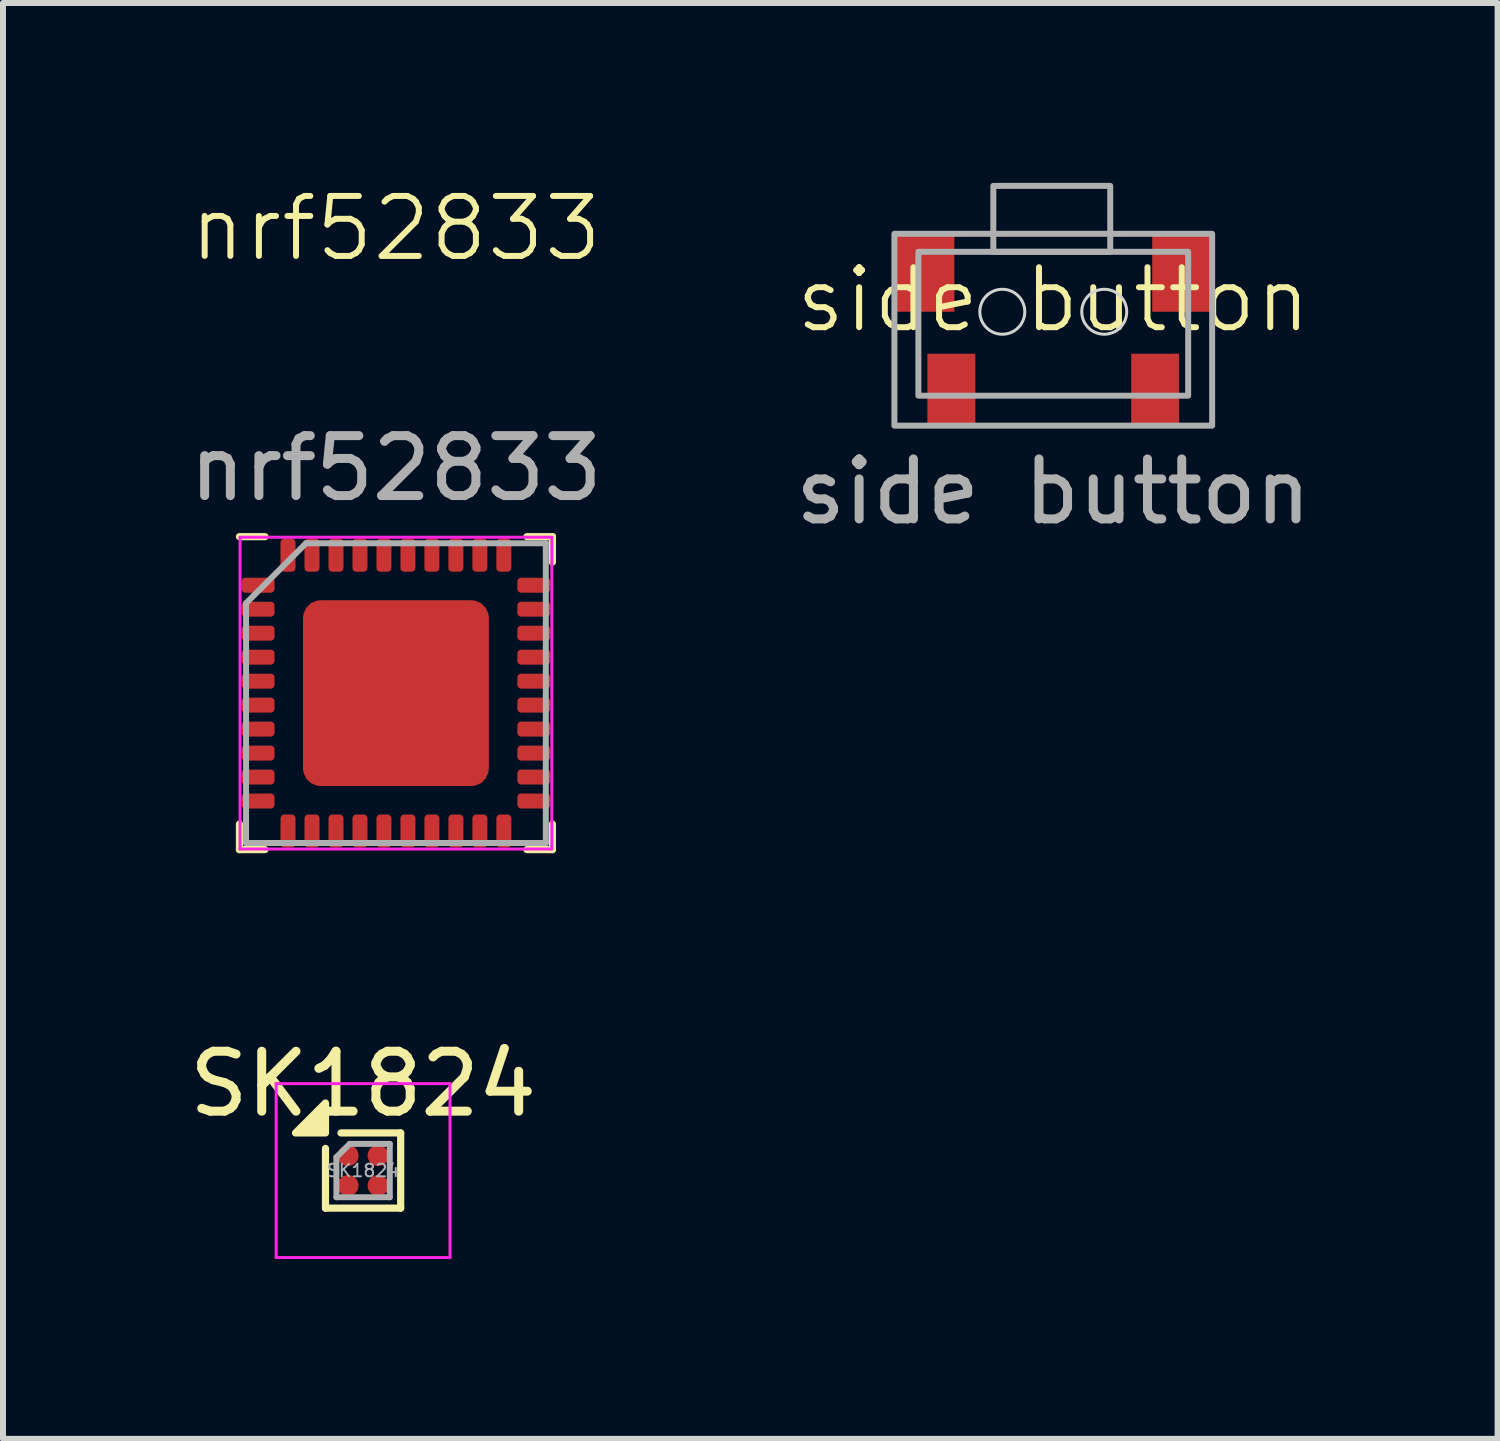
<source format=kicad_pcb>
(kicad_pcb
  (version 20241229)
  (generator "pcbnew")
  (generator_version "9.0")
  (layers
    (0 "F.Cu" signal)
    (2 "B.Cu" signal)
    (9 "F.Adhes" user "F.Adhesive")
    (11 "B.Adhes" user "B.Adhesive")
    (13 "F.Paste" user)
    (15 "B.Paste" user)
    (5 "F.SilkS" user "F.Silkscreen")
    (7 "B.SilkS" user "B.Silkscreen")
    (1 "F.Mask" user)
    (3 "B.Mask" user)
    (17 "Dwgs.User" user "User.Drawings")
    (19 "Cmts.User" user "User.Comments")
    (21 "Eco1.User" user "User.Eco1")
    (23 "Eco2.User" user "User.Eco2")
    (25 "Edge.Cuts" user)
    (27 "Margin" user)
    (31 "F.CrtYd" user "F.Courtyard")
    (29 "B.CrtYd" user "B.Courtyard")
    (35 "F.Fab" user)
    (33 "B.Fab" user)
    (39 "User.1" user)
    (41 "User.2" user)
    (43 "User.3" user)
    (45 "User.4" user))
  (footprint "SK1824"
    (layer "F.Cu")
    (at 3.006 16.474)
    (property "Reference" "SK1824" (at 0 -1.445 0) (layer "F.SilkS") (effects (font (size 1 1) (thickness 0.15))))
    (attr smd)
    (fp_line (start -0.627 0.627) (end -0.627 -0.369) (stroke (width 0.12) (type solid)) (layer "F.SilkS"))
    (fp_line (start -0.369 -0.627) (end 0.627 -0.627) (stroke (width 0.12) (type solid)) (layer "F.SilkS"))
    (fp_line (start 0.627 -0.627) (end 0.627 0.627) (stroke (width 0.12) (type solid)) (layer "F.SilkS"))
    (fp_line (start 0.627 0.627) (end -0.627 0.627) (stroke (width 0.12) (type solid)) (layer "F.SilkS"))
    (fp_poly (pts (xy -0.627 -0.627) (xy -1.127 -0.627) (xy -0.627 -1.127) (xy -0.627 -0.627)) (stroke (width 0.12) (type solid)) (fill yes) (layer "F.SilkS"))
    (fp_line (start -1.45 -1.45) (end -1.45 1.45) (stroke (width 0.05) (type solid)) (layer "F.CrtYd"))
    (fp_line (start -1.45 1.45) (end 1.45 1.45) (stroke (width 0.05) (type solid)) (layer "F.CrtYd"))
    (fp_line (start 1.45 -1.45) (end -1.45 -1.45) (stroke (width 0.05) (type solid)) (layer "F.CrtYd"))
    (fp_line (start 1.45 1.45) (end 1.45 -1.45) (stroke (width 0.05) (type solid)) (layer "F.CrtYd"))
    (fp_line (start -0.445 -0.223) (end -0.223 -0.445) (stroke (width 0.1) (type solid)) (layer "F.Fab"))
    (fp_line (start -0.445 0.445) (end -0.445 -0.223) (stroke (width 0.1) (type solid)) (layer "F.Fab"))
    (fp_line (start -0.223 -0.445) (end 0.445 -0.445) (stroke (width 0.1) (type solid)) (layer "F.Fab"))
    (fp_line (start 0.445 -0.445) (end 0.445 0.445) (stroke (width 0.1) (type solid)) (layer "F.Fab"))
    (fp_line (start 0.445 0.445) (end -0.445 0.445) (stroke (width 0.1) (type solid)) (layer "F.Fab"))
    (fp_text user "${REFERENCE}" (at 0 0 0) (layer "F.Fab") (effects (font (size 0.21 0.21) (thickness 0.032))))
    (pad "A1" smd circle (at -0.25 -0.25) (size 0.35 0.35) (property pad_prop_bga) (layers "F.Cu" "F.Mask" "F.Paste"))
    (pad "A2" smd circle (at 0.25 -0.25) (size 0.35 0.35) (property pad_prop_bga) (layers "F.Cu" "F.Mask" "F.Paste"))
    (pad "B1" smd circle (at -0.25 0.25) (size 0.35 0.35) (property pad_prop_bga) (layers "F.Cu" "F.Mask" "F.Paste"))
    (pad "B2" smd circle (at 0.25 0.25) (size 0.35 0.35) (property pad_prop_bga) (layers "F.Cu" "F.Mask" "F.Paste")))
  (footprint "nrf52833"
    (layer "F.Cu")
    (at 3.554 8.511)
    (property "Reference" "nrf52833" (at 0 -7.75 0) (unlocked yes) (layer "F.SilkS") (effects (font (size 1 1) (thickness 0.1))))
    (attr smd)
    (fp_line (start -2.61 -2.61) (end -2.185 -2.61) (stroke (width 0.12) (type solid)) (layer "F.SilkS"))
    (fp_line (start -2.61 2.185) (end -2.61 2.61) (stroke (width 0.12) (type solid)) (layer "F.SilkS"))
    (fp_line (start -2.61 2.61) (end -2.185 2.61) (stroke (width 0.12) (type solid)) (layer "F.SilkS"))
    (fp_line (start 2.61 -2.61) (end 2.185 -2.61) (stroke (width 0.12) (type solid)) (layer "F.SilkS"))
    (fp_line (start 2.61 -2.185) (end 2.61 -2.61) (stroke (width 0.12) (type solid)) (layer "F.SilkS"))
    (fp_line (start 2.61 2.185) (end 2.61 2.61) (stroke (width 0.12) (type solid)) (layer "F.SilkS"))
    (fp_line (start 2.61 2.61) (end 2.185 2.61) (stroke (width 0.12) (type solid)) (layer "F.SilkS"))
    (fp_line (start -2.6 -2.6) (end 2.6 -2.6) (stroke (width 0.05) (type solid)) (layer "F.CrtYd"))
    (fp_line (start -2.6 2.6) (end -2.6 -2.6) (stroke (width 0.05) (type solid)) (layer "F.CrtYd"))
    (fp_line (start 2.6 -2.6) (end 2.6 2.6) (stroke (width 0.05) (type solid)) (layer "F.CrtYd"))
    (fp_line (start 2.6 2.6) (end -2.6 2.6) (stroke (width 0.05) (type solid)) (layer "F.CrtYd"))
    (fp_line (start -2.5 -1.5) (end -2.5 2.5) (stroke (width 0.1) (type solid)) (layer "F.Fab"))
    (fp_line (start -2.5 2.5) (end 2.5 2.5) (stroke (width 0.1) (type solid)) (layer "F.Fab"))
    (fp_line (start -1.5 -2.5) (end -2.5 -1.5) (stroke (width 0.1) (type solid)) (layer "F.Fab"))
    (fp_line (start 2.5 -2.5) (end -1.5 -2.5) (stroke (width 0.1) (type solid)) (layer "F.Fab"))
    (fp_line (start 2.5 2.5) (end 2.5 -2.5) (stroke (width 0.1) (type solid)) (layer "F.Fab"))
    (fp_text user "${REFERENCE}" (at 0 -3.75 0) (layer "F.Fab") (effects (font (size 1 1) (thickness 0.15))))
    (pad "" smd roundrect (at -1 -1) (size 0.97 0.97) (layers "F.Paste") (roundrect_rratio 0.25))
    (pad "" smd roundrect (at -1 0) (size 0.97 0.97) (layers "F.Paste") (roundrect_rratio 0.25))
    (pad "" smd roundrect (at -1 1) (size 0.97 0.97) (layers "F.Paste") (roundrect_rratio 0.25))
    (pad "" smd roundrect (at 0 -1) (size 0.97 0.97) (layers "F.Paste") (roundrect_rratio 0.25))
    (pad "" smd roundrect (at 0 0) (size 0.97 0.97) (layers "F.Paste") (roundrect_rratio 0.25))
    (pad "" smd roundrect (at 0 1) (size 0.97 0.97) (layers "F.Paste") (roundrect_rratio 0.25))
    (pad "" smd roundrect (at 1 -1) (size 0.97 0.97) (layers "F.Paste") (roundrect_rratio 0.25))
    (pad "" smd roundrect (at 1 0) (size 0.97 0.97) (layers "F.Paste") (roundrect_rratio 0.25))
    (pad "" smd roundrect (at 1 1) (size 0.97 0.97) (layers "F.Paste") (roundrect_rratio 0.25))
    (pad "1" smd roundrect (at -2.3 -1.8) (size 0.55 0.25) (layers "F.Cu" "F.Mask" "F.Paste") (roundrect_rratio 0.25))
    (pad "2" smd roundrect (at -2.3 -1.4) (size 0.55 0.25) (layers "F.Cu" "F.Mask" "F.Paste") (roundrect_rratio 0.25))
    (pad "3" smd roundrect (at -2.3 -1) (size 0.55 0.25) (layers "F.Cu" "F.Mask" "F.Paste") (roundrect_rratio 0.25))
    (pad "4" smd roundrect (at -2.3 -0.6) (size 0.55 0.25) (layers "F.Cu" "F.Mask" "F.Paste") (roundrect_rratio 0.25))
    (pad "5" smd roundrect (at -2.3 -0.2) (size 0.55 0.25) (layers "F.Cu" "F.Mask" "F.Paste") (roundrect_rratio 0.25))
    (pad "6" smd roundrect (at -2.3 0.2) (size 0.55 0.25) (layers "F.Cu" "F.Mask" "F.Paste") (roundrect_rratio 0.25))
    (pad "7" smd roundrect (at -2.3 0.6) (size 0.55 0.25) (layers "F.Cu" "F.Mask" "F.Paste") (roundrect_rratio 0.25))
    (pad "8" smd roundrect (at -2.3 1) (size 0.55 0.25) (layers "F.Cu" "F.Mask" "F.Paste") (roundrect_rratio 0.25))
    (pad "9" smd roundrect (at -2.3 1.4) (size 0.55 0.25) (layers "F.Cu" "F.Mask" "F.Paste") (roundrect_rratio 0.25))
    (pad "10" smd roundrect (at -2.3 1.8) (size 0.55 0.25) (layers "F.Cu" "F.Mask" "F.Paste") (roundrect_rratio 0.25))
    (pad "11" smd roundrect (at -1.8 2.3) (size 0.25 0.55) (layers "F.Cu" "F.Mask" "F.Paste") (roundrect_rratio 0.25))
    (pad "12" smd roundrect (at -1.4 2.3) (size 0.25 0.55) (layers "F.Cu" "F.Mask" "F.Paste") (roundrect_rratio 0.25))
    (pad "13" smd roundrect (at -1 2.3) (size 0.25 0.55) (layers "F.Cu" "F.Mask" "F.Paste") (roundrect_rratio 0.25))
    (pad "14" smd roundrect (at -0.6 2.3) (size 0.25 0.55) (layers "F.Cu" "F.Mask" "F.Paste") (roundrect_rratio 0.25))
    (pad "15" smd roundrect (at -0.2 2.3) (size 0.25 0.55) (layers "F.Cu" "F.Mask" "F.Paste") (roundrect_rratio 0.25))
    (pad "16" smd roundrect (at 0.2 2.3) (size 0.25 0.55) (layers "F.Cu" "F.Mask" "F.Paste") (roundrect_rratio 0.25))
    (pad "17" smd roundrect (at 0.6 2.3) (size 0.25 0.55) (layers "F.Cu" "F.Mask" "F.Paste") (roundrect_rratio 0.25))
    (pad "18" smd roundrect (at 1 2.3) (size 0.25 0.55) (layers "F.Cu" "F.Mask" "F.Paste") (roundrect_rratio 0.25))
    (pad "19" smd roundrect (at 1.4 2.3) (size 0.25 0.55) (layers "F.Cu" "F.Mask" "F.Paste") (roundrect_rratio 0.25))
    (pad "20" smd roundrect (at 1.8 2.3) (size 0.25 0.55) (layers "F.Cu" "F.Mask" "F.Paste") (roundrect_rratio 0.25))
    (pad "21" smd roundrect (at 2.3 1.8) (size 0.55 0.25) (layers "F.Cu" "F.Mask" "F.Paste") (roundrect_rratio 0.25))
    (pad "22" smd roundrect (at 2.3 1.4) (size 0.55 0.25) (layers "F.Cu" "F.Mask" "F.Paste") (roundrect_rratio 0.25))
    (pad "23" smd roundrect (at 2.3 1) (size 0.55 0.25) (layers "F.Cu" "F.Mask" "F.Paste") (roundrect_rratio 0.25))
    (pad "24" smd roundrect (at 2.3 0.6) (size 0.55 0.25) (layers "F.Cu" "F.Mask" "F.Paste") (roundrect_rratio 0.25))
    (pad "25" smd roundrect (at 2.3 0.2) (size 0.55 0.25) (layers "F.Cu" "F.Mask" "F.Paste") (roundrect_rratio 0.25))
    (pad "26" smd roundrect (at 2.3 -0.2) (size 0.55 0.25) (layers "F.Cu" "F.Mask" "F.Paste") (roundrect_rratio 0.25))
    (pad "27" smd roundrect (at 2.3 -0.6) (size 0.55 0.25) (layers "F.Cu" "F.Mask" "F.Paste") (roundrect_rratio 0.25))
    (pad "28" smd roundrect (at 2.3 -1) (size 0.55 0.25) (layers "F.Cu" "F.Mask" "F.Paste") (roundrect_rratio 0.25))
    (pad "29" smd roundrect (at 2.3 -1.4) (size 0.55 0.25) (layers "F.Cu" "F.Mask" "F.Paste") (roundrect_rratio 0.25))
    (pad "30" smd roundrect (at 2.3 -1.8) (size 0.55 0.25) (layers "F.Cu" "F.Mask" "F.Paste") (roundrect_rratio 0.25))
    (pad "31" smd roundrect (at 1.8 -2.3) (size 0.25 0.55) (layers "F.Cu" "F.Mask" "F.Paste") (roundrect_rratio 0.25))
    (pad "32" smd roundrect (at 1.4 -2.3) (size 0.25 0.55) (layers "F.Cu" "F.Mask" "F.Paste") (roundrect_rratio 0.25))
    (pad "33" smd roundrect (at 1 -2.3) (size 0.25 0.55) (layers "F.Cu" "F.Mask" "F.Paste") (roundrect_rratio 0.25))
    (pad "34" smd roundrect (at 0.6 -2.3) (size 0.25 0.55) (layers "F.Cu" "F.Mask" "F.Paste") (roundrect_rratio 0.25))
    (pad "35" smd roundrect (at 0.2 -2.3) (size 0.25 0.55) (layers "F.Cu" "F.Mask" "F.Paste") (roundrect_rratio 0.25))
    (pad "36" smd roundrect (at -0.2 -2.3) (size 0.25 0.55) (layers "F.Cu" "F.Mask" "F.Paste") (roundrect_rratio 0.25))
    (pad "37" smd roundrect (at -0.6 -2.3) (size 0.25 0.55) (layers "F.Cu" "F.Mask" "F.Paste") (roundrect_rratio 0.25))
    (pad "38" smd roundrect (at -1 -2.3) (size 0.25 0.55) (layers "F.Cu" "F.Mask" "F.Paste") (roundrect_rratio 0.25))
    (pad "39" smd roundrect (at -1.4 -2.3) (size 0.25 0.55) (layers "F.Cu" "F.Mask" "F.Paste") (roundrect_rratio 0.25))
    (pad "40" smd roundrect (at -1.8 -2.3) (size 0.25 0.55) (layers "F.Cu" "F.Mask" "F.Paste") (roundrect_rratio 0.25))
    (pad "41" smd roundrect (at 0 0) (size 3.1 3.1) (layers "F.Cu" "F.Mask") (roundrect_rratio 0.095)))
  (footprint "side button"
    (layer "F.Cu")
    (at 14.518 2.45)
    (property "Reference" "side button" (at 0 -0.5 0) (unlocked yes) (layer "F.SilkS") (effects (font (size 1 1) (thickness 0.1))))
    (attr smd)
    (fp_circle (center -0.85 -0.3) (end -0.475 -0.3) (stroke (width 0.05) (type default)) (fill no) (layer "Edge.Cuts"))
    (fp_circle (center 0.85 -0.3) (end 1.225 -0.3) (stroke (width 0.05) (type default)) (fill no) (layer "Edge.Cuts"))
    (fp_rect (start -2.65 1.6) (end 2.65 -1.6) (stroke (width 0.1) (type default)) (fill no) (layer "F.Fab"))
    (fp_rect (start -2.25 -1.3) (end 2.25 1.1) (stroke (width 0.1) (type default)) (fill no) (layer "F.Fab"))
    (fp_rect (start -1 -2.4) (end 0.95 -1.3) (stroke (width 0.1) (type default)) (fill no) (layer "F.Fab"))
    (fp_text user "${REFERENCE}" (at 0 2.7 0) (unlocked yes) (layer "F.Fab") (effects (font (size 1 1) (thickness 0.15))))
    (pad "1" smd rect (at -1.7 1) (size 0.8 1.2) (layers "F.Cu" "F.Mask" "F.Paste"))
    (pad "2" smd rect (at 1.7 1) (size 0.8 1.2) (layers "F.Cu" "F.Mask" "F.Paste"))
    (pad "x" smd rect (at -2.15 -0.95) (size 1 1.3) (layers "F.Cu" "F.Mask" "F.Paste"))
    (pad "x" smd rect (at 2.15 -0.95) (size 1 1.3) (layers "F.Cu" "F.Mask" "F.Paste")))
  (gr_rect
    (start -3 -3)
    (end 21.929 20.949)
    (stroke (width 0.1) (type default))
    (fill no)
    (layer "Edge.Cuts")))
</source>
